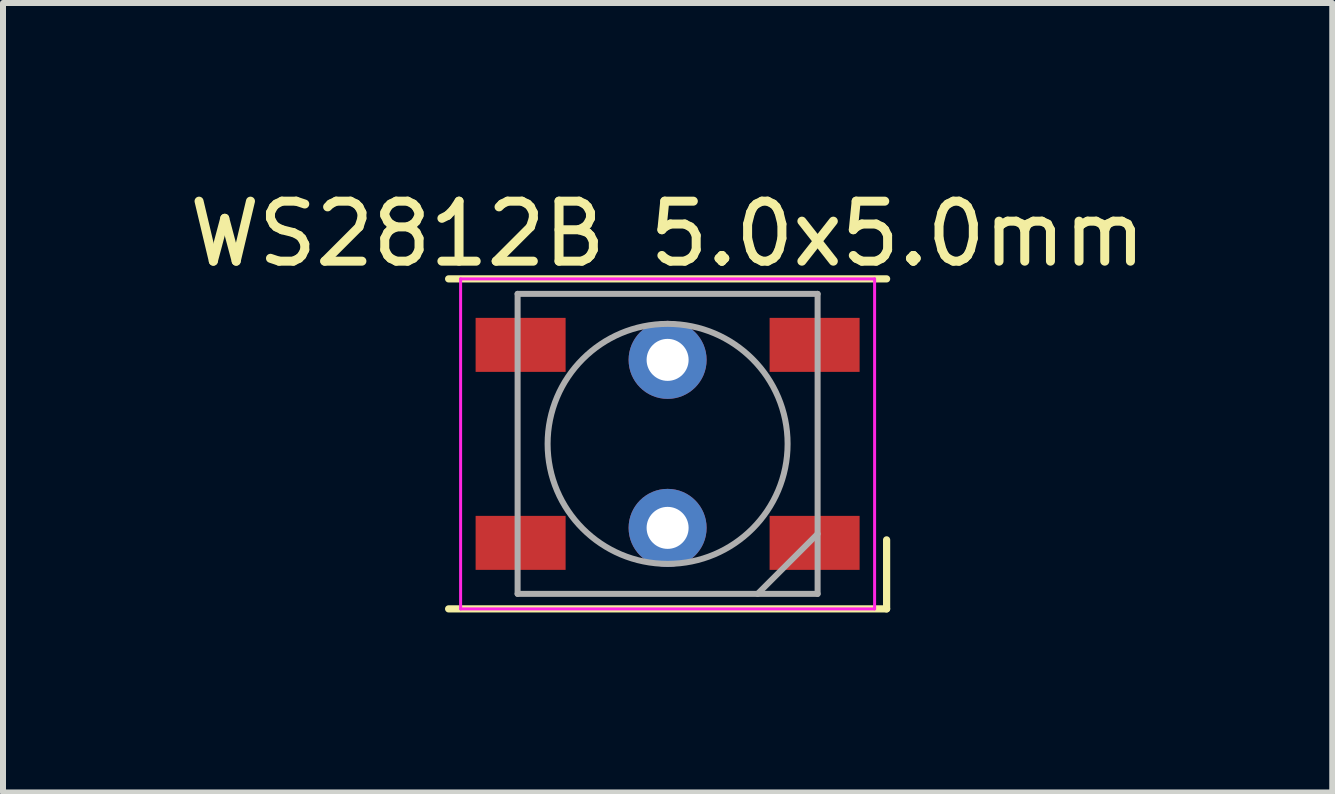
<source format=kicad_pcb>
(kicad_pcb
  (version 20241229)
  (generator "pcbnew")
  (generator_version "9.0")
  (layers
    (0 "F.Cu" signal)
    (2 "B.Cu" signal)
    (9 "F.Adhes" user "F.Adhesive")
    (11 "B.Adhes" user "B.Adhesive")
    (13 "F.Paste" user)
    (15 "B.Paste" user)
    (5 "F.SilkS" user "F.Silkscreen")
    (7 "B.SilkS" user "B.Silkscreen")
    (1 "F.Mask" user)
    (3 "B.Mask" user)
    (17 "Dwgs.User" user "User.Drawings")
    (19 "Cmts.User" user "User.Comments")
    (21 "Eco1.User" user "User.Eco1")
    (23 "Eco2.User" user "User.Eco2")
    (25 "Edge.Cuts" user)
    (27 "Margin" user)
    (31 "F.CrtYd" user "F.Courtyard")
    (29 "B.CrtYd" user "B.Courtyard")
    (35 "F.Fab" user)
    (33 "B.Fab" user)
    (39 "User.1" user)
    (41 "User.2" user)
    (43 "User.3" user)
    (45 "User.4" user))
  (footprint "WS2812B 5.0x5.0mm"
    (layer "F.Cu")
    (at 8.077 4.348)
    (property "Reference" "WS2812B 5.0x5.0mm" (at 0 -3.5 0) (layer "F.SilkS") (effects (font (size 1 1) (thickness 0.15))))
    (attr smd)
    (fp_line (start -3.65 -2.75) (end 3.65 -2.75) (stroke (width 0.12) (type solid)) (layer "F.SilkS"))
    (fp_line (start -3.65 2.75) (end 3.65 2.75) (stroke (width 0.12) (type solid)) (layer "F.SilkS"))
    (fp_line (start 3.65 2.75) (end 3.65 1.6) (stroke (width 0.12) (type solid)) (layer "F.SilkS"))
    (fp_line (start -3.45 -2.75) (end -3.45 2.75) (stroke (width 0.05) (type solid)) (layer "F.CrtYd"))
    (fp_line (start -3.45 2.75) (end 3.45 2.75) (stroke (width 0.05) (type solid)) (layer "F.CrtYd"))
    (fp_line (start 3.45 -2.75) (end -3.45 -2.75) (stroke (width 0.05) (type solid)) (layer "F.CrtYd"))
    (fp_line (start 3.45 2.75) (end 3.45 -2.75) (stroke (width 0.05) (type solid)) (layer "F.CrtYd"))
    (fp_line (start -2.5 -2.5) (end -2.5 2.5) (stroke (width 0.1) (type solid)) (layer "F.Fab"))
    (fp_line (start -2.5 2.5) (end 2.5 2.5) (stroke (width 0.1) (type solid)) (layer "F.Fab"))
    (fp_line (start 2.5 -2.5) (end -2.5 -2.5) (stroke (width 0.1) (type solid)) (layer "F.Fab"))
    (fp_line (start 2.5 1.5) (end 1.5 2.5) (stroke (width 0.1) (type solid)) (layer "F.Fab"))
    (fp_line (start 2.5 2.5) (end 2.5 -2.5) (stroke (width 0.1) (type solid)) (layer "F.Fab"))
    (fp_circle (center 0 0) (end 0 -2) (stroke (width 0.1) (type solid)) (fill no) (layer "F.Fab"))
    (pad "1" smd rect (at -2.45 -1.65) (size 1.5 0.9) (layers "F.Cu" "F.Mask" "F.Paste"))
    (pad "1" thru_hole circle (at 0 -1.4) (size 1.3 1.3) (drill 0.7) (layers "*.Cu" "*.Mask"))
    (pad "2" smd rect (at -2.45 1.65) (size 1.5 0.9) (layers "F.Cu" "F.Mask" "F.Paste"))
    (pad "3" thru_hole circle (at 0 1.4) (size 1.3 1.3) (drill 0.7) (layers "*.Cu" "*.Mask"))
    (pad "3" smd rect (at 2.45 1.65) (size 1.5 0.9) (layers "F.Cu" "F.Mask" "F.Paste"))
    (pad "4" smd rect (at 2.45 -1.65) (size 1.5 0.9) (layers "F.Cu" "F.Mask" "F.Paste")))
  (gr_rect
    (start -3 -3)
    (end 19.155 10.158)
    (stroke (width 0.1) (type default))
    (fill no)
    (layer "Edge.Cuts")))
</source>
